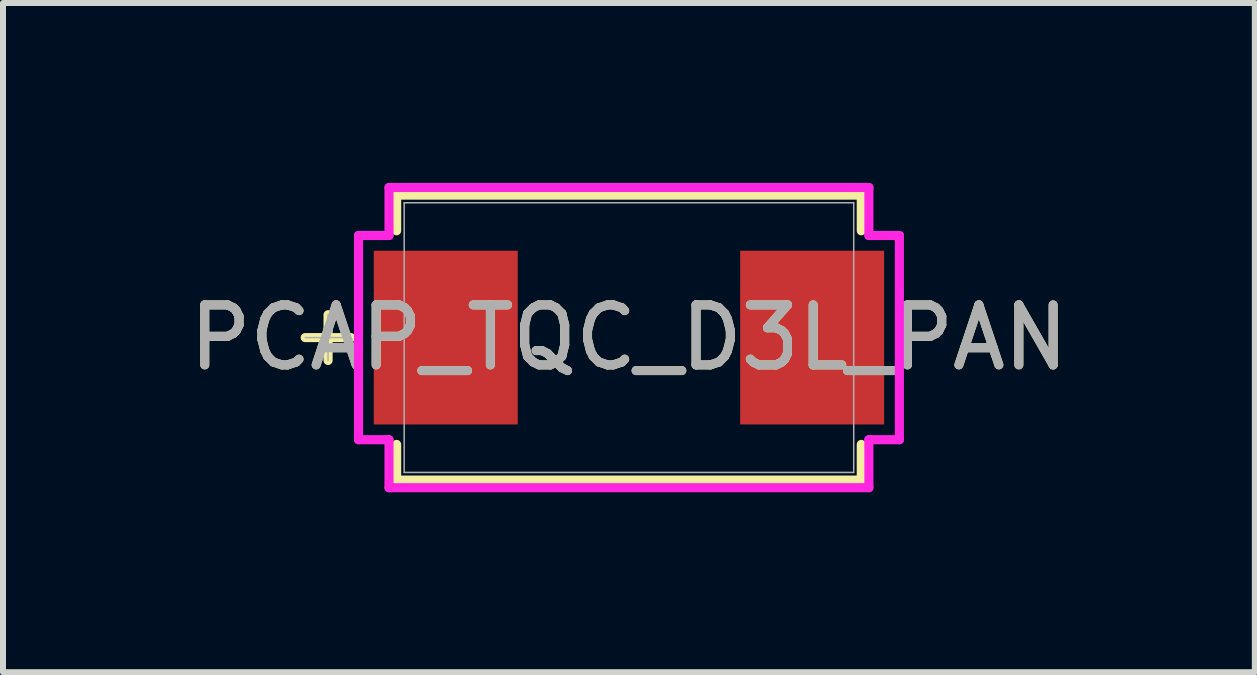
<source format=kicad_pcb>
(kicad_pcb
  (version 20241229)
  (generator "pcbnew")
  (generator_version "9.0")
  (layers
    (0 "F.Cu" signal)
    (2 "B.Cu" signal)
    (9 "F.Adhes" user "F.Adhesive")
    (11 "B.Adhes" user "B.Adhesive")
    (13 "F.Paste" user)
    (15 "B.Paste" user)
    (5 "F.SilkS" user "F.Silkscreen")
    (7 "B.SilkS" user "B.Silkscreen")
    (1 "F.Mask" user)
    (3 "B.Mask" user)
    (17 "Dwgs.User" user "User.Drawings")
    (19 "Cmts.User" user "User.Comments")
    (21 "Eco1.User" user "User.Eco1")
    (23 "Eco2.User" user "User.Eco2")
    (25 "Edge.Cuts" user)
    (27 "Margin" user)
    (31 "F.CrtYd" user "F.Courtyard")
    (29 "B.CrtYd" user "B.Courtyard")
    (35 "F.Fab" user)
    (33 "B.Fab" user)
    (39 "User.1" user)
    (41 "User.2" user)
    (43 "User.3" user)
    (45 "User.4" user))
  (footprint "PCAP_TQC_D3L_PAN"
    (layer "F.Cu")
    (at 7.435 2.578)
    (property "Reference" "PCAP_TQC_D3L_PAN" (at 0 0 0) (unlocked yes) (layer "F.SilkS") (effects (font (size 1 1) (thickness 0.15))))
    (attr smd)
    (fp_line (start -5.016 -0.381) (end -5.016 0.381) (stroke (width 0.152) (type solid)) (layer "F.SilkS"))
    (fp_line (start -4.636 0) (end -5.397 0) (stroke (width 0.152) (type solid)) (layer "F.SilkS"))
    (fp_line (start -3.873 -2.375) (end -3.873 -1.781) (stroke (width 0.152) (type solid)) (layer "F.SilkS"))
    (fp_line (start -3.873 1.781) (end -3.873 2.375) (stroke (width 0.152) (type solid)) (layer "F.SilkS"))
    (fp_line (start -3.873 2.375) (end 3.873 2.375) (stroke (width 0.152) (type solid)) (layer "F.SilkS"))
    (fp_line (start 3.873 -2.375) (end -3.873 -2.375) (stroke (width 0.152) (type solid)) (layer "F.SilkS"))
    (fp_line (start 3.873 -1.781) (end 3.873 -2.375) (stroke (width 0.152) (type solid)) (layer "F.SilkS"))
    (fp_line (start 3.873 2.375) (end 3.873 1.781) (stroke (width 0.152) (type solid)) (layer "F.SilkS"))
    (fp_line (start -4.508 -1.702) (end -4 -1.702) (stroke (width 0.152) (type solid)) (layer "F.CrtYd"))
    (fp_line (start -4.508 1.702) (end -4.508 -1.702) (stroke (width 0.152) (type solid)) (layer "F.CrtYd"))
    (fp_line (start -4 -2.502) (end 4 -2.502) (stroke (width 0.152) (type solid)) (layer "F.CrtYd"))
    (fp_line (start -4 -1.702) (end -4 -2.502) (stroke (width 0.152) (type solid)) (layer "F.CrtYd"))
    (fp_line (start -4 1.702) (end -4.508 1.702) (stroke (width 0.152) (type solid)) (layer "F.CrtYd"))
    (fp_line (start -4 2.502) (end -4 1.702) (stroke (width 0.152) (type solid)) (layer "F.CrtYd"))
    (fp_line (start 4 -2.502) (end 4 -1.702) (stroke (width 0.152) (type solid)) (layer "F.CrtYd"))
    (fp_line (start 4 -1.702) (end 4.508 -1.702) (stroke (width 0.152) (type solid)) (layer "F.CrtYd"))
    (fp_line (start 4 1.702) (end 4 2.502) (stroke (width 0.152) (type solid)) (layer "F.CrtYd"))
    (fp_line (start 4 2.502) (end -4 2.502) (stroke (width 0.152) (type solid)) (layer "F.CrtYd"))
    (fp_line (start 4.508 -1.702) (end 4.508 1.702) (stroke (width 0.152) (type solid)) (layer "F.CrtYd"))
    (fp_line (start 4.508 1.702) (end 4 1.702) (stroke (width 0.152) (type solid)) (layer "F.CrtYd"))
    (fp_line (start -5.016 -0.381) (end -5.016 0.381) (stroke (width 0.025) (type solid)) (layer "F.Fab"))
    (fp_line (start -4.636 0) (end -5.397 0) (stroke (width 0.025) (type solid)) (layer "F.Fab"))
    (fp_line (start -3.747 -2.248) (end -3.747 2.248) (stroke (width 0.025) (type solid)) (layer "F.Fab"))
    (fp_line (start -3.747 2.248) (end 3.747 2.248) (stroke (width 0.025) (type solid)) (layer "F.Fab"))
    (fp_line (start 3.747 -2.248) (end -3.747 -2.248) (stroke (width 0.025) (type solid)) (layer "F.Fab"))
    (fp_line (start 3.747 2.248) (end 3.747 -2.248) (stroke (width 0.025) (type solid)) (layer "F.Fab"))
    (fp_text user "${REFERENCE}" (at 0 0 0) (unlocked yes) (layer "F.Fab") (effects (font (size 1 1) (thickness 0.15))))
    (pad "1" smd rect (at -3.054 0) (size 2.4 2.896) (layers "F.Cu" "F.Mask" "F.Paste"))
    (pad "2" smd rect (at 3.054 0) (size 2.4 2.896) (layers "F.Cu" "F.Mask" "F.Paste"))
    (zone (net_name "") (layer "F.Cu") (hatch full 0.508) (connect_pads) (min_thickness 0.254) (filled_areas_thickness no) (keepout (tracks not_allowed) (vias not_allowed) (pads allowed) (copperpour not_allowed) (footprints allowed)) (placement (enabled no)) (fill) (polygon (pts (xy 5.631 0.381) (xy 9.238 0.381) (xy 9.238 4.775) (xy 5.631 4.775)))))
  (gr_rect
    (start -3 -3)
    (end 17.869 8.156)
    (stroke (width 0.1) (type default))
    (fill no)
    (layer "Edge.Cuts")))
</source>
